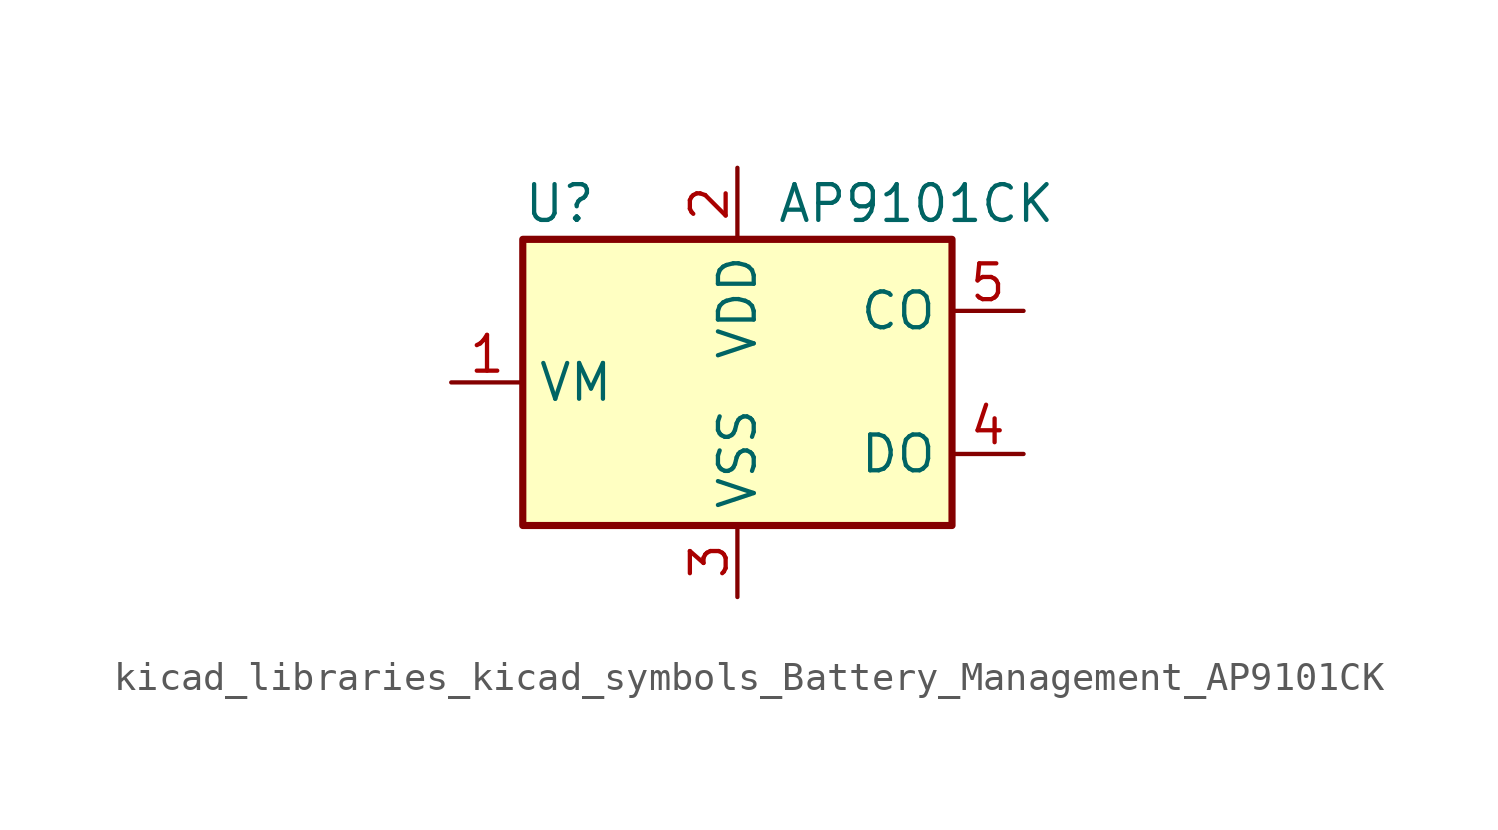
<source format=kicad_sym>
(kicad_symbol_lib
  (version 20220914)
  (generator kicad_symbol_editor)
  (symbol "kicad_libraries_kicad_symbols_Battery_Management_AP9101CK"
    (property "Reference" "U"
      (at -7.62 6.35 0)
      (effects (font (size 1.27 1.27)) (justify left)))
    (property "Value" "AP9101CK"
      (at 6.35 6.35 0)
      (effects (font (size 1.27 1.27))))
    (symbol "kicad_libraries_kicad_symbols_Battery_Management_AP9101CK_0_1"
      (rectangle (start -7.62 5.08) (end 7.62 -5.08) (stroke (width 0.254) (type default)) (fill (type background))))
    (symbol "kicad_libraries_kicad_symbols_Battery_Management_AP9101CK_1_1"
      (pin passive line (at -10.16 0 0) (length 2.54) (name "VM" (effects (font (size 1.27 1.27)))) (number "1" (effects (font (size 1.27 1.27)))))
      (pin power_in line (at 0 7.62 270) (length 2.54) (name "VDD" (effects (font (size 1.27 1.27)))) (number "2" (effects (font (size 1.27 1.27)))))
      (pin power_in line (at 0 -7.62 90) (length 2.54) (name "VSS" (effects (font (size 1.27 1.27)))) (number "3" (effects (font (size 1.27 1.27)))))
      (pin output line (at 10.16 -2.54 180) (length 2.54) (name "DO" (effects (font (size 1.27 1.27)))) (number "4" (effects (font (size 1.27 1.27)))))
      (pin output line (at 10.16 2.54 180) (length 2.54) (name "CO" (effects (font (size 1.27 1.27)))) (number "5" (effects (font (size 1.27 1.27))))))))
</source>
